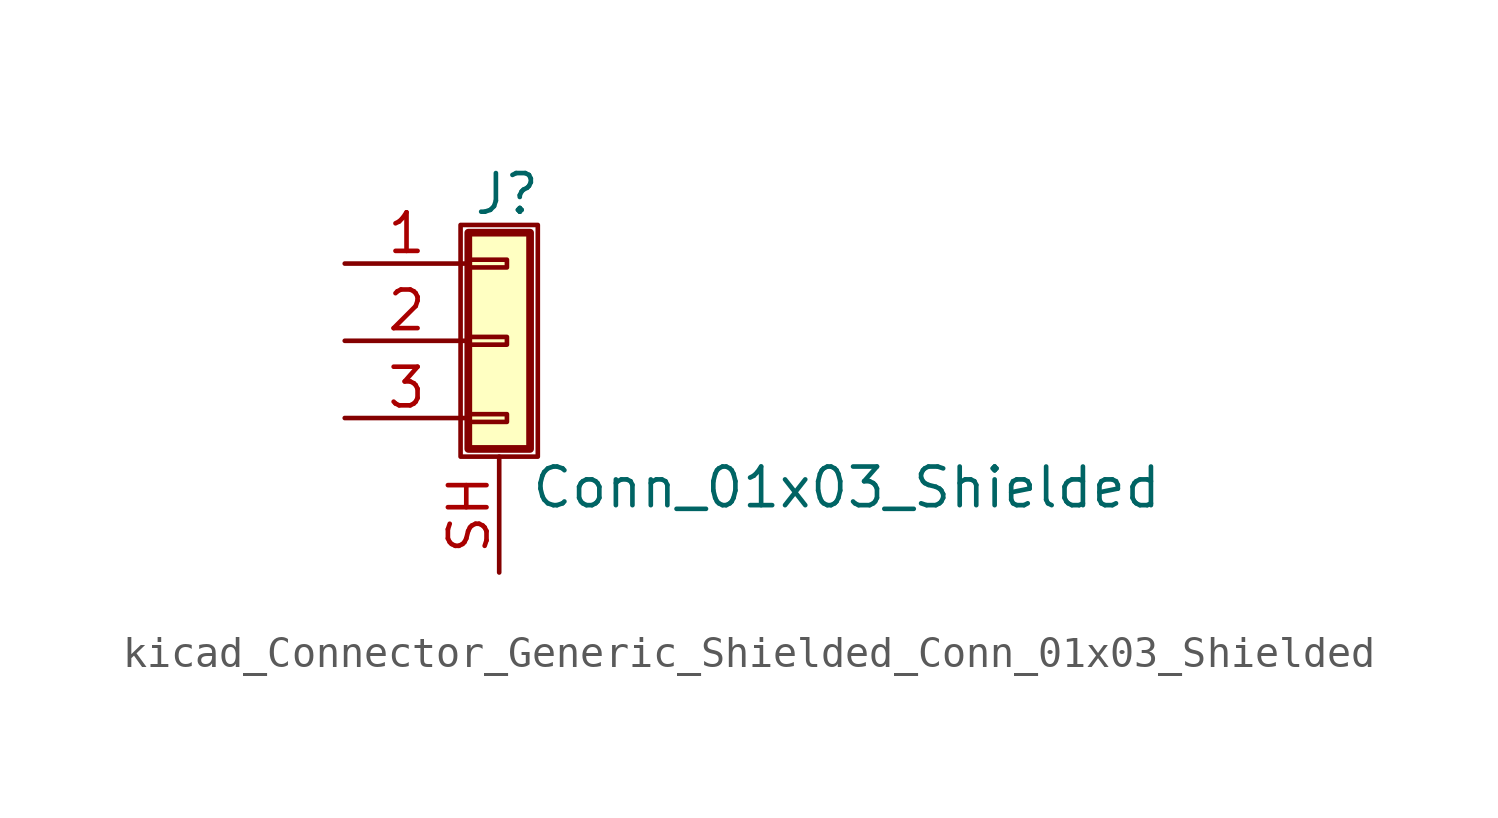
<source format=kicad_sym>
(kicad_symbol_lib
  (version 20220914)
  (generator kicad_symbol_editor)
  (symbol "kicad_Connector_Generic_Shielded_Conn_01x03_Shielded"
    (pin_names
      (offset 1.016) hide)
    (property "Reference" "J"
      (at 0.254 4.826 0)
      (effects (font (size 1.27 1.27))))
    (property "Value" "Conn_01x03_Shielded"
      (at 1.016 -4.826 0)
      (effects (font (size 1.27 1.27)) (justify left)))
    (symbol "kicad_Connector_Generic_Shielded_Conn_01x03_Shielded_1_1"
      (rectangle (start -1.27 3.81) (end 1.27 -3.81) (stroke (width 0.152) (type default)) (fill (type none)))
      (rectangle (start -1.016 -2.413) (end 0.254 -2.667) (stroke (width 0.152) (type default)) (fill (type none)))
      (rectangle (start -1.016 0.127) (end 0.254 -0.127) (stroke (width 0.152) (type default)) (fill (type none)))
      (rectangle (start -1.016 2.667) (end 0.254 2.413) (stroke (width 0.152) (type default)) (fill (type none)))
      (rectangle (start -1.016 3.556) (end 1.016 -3.556) (stroke (width 0.254) (type default)) (fill (type background)))
      (pin passive line (at -5.08 2.54 0) (length 4.064) (name "Pin_1" (effects (font (size 1.27 1.27)))) (number "1" (effects (font (size 1.27 1.27)))))
      (pin passive line (at -5.08 0 0) (length 4.064) (name "Pin_2" (effects (font (size 1.27 1.27)))) (number "2" (effects (font (size 1.27 1.27)))))
      (pin passive line (at -5.08 -2.54 0) (length 4.064) (name "Pin_3" (effects (font (size 1.27 1.27)))) (number "3" (effects (font (size 1.27 1.27)))))
      (pin passive line (at 0 -7.62 90) (length 3.81) (name "Shield" (effects (font (size 1.27 1.27)))) (number "SH" (effects (font (size 1.27 1.27))))))))
</source>
